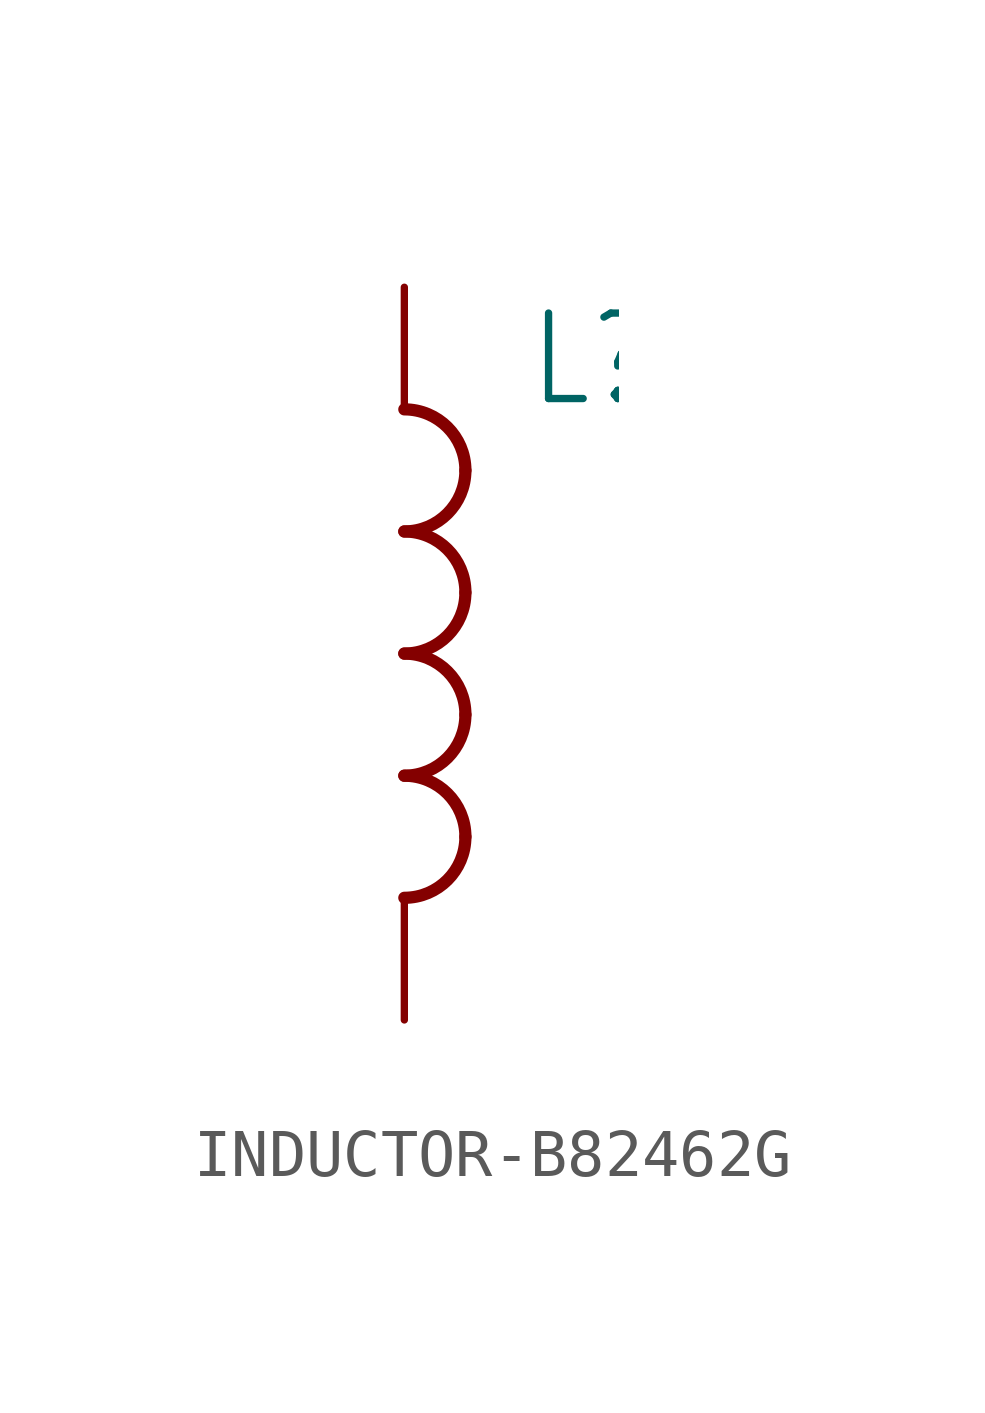
<source format=kicad_sym>
(kicad_symbol_lib
  (version 20241209)
  (generator "kicad_symbol_editor")
  (generator_version "9.0")
  (symbol "INDUCTOR-B82462G"
    (property "Reference" "L"
      (at 2.54 5.08 0)
      (effects (font (size 1.778 1.511)) (justify left bottom)))
    (property "Value" ""
      (at 2.54 -5.08 0)
      (effects (font (size 1.778 1.511)) (justify left bottom)))
    (property "ki_locked" ""
      (at 0 0 0)
      (effects (font (size 1.27 1.27))))
    (symbol "INDUCTOR-B82462G_1_0"
      (arc (start 0 5.08) (mid 0.898 4.708) (end 1.27 3.81) (stroke (width 0.254) (type solid)) (fill (type none)))
      (arc (start 1.27 3.81) (mid 0.898 2.912) (end 0 2.54) (stroke (width 0.254) (type solid)) (fill (type none)))
      (arc (start 1.27 1.27) (mid 0.898 0.372) (end 0 0) (stroke (width 0.254) (type solid)) (fill (type none)))
      (arc (start 0 2.54) (mid 0.8981 2.168) (end 1.2701 1.2699) (stroke (width 0.254) (type solid)) (fill (type none)))
      (arc (start 1.2701 -1.2699) (mid 0.8981 -2.168) (end 0 -2.54) (stroke (width 0.254) (type solid)) (fill (type none)))
      (arc (start 0 0) (mid 0.898 -0.372) (end 1.27 -1.27) (stroke (width 0.254) (type solid)) (fill (type none)))
      (arc (start 0 -2.54) (mid 0.898 -2.912) (end 1.27 -3.81) (stroke (width 0.254) (type solid)) (fill (type none)))
      (arc (start 1.27 -3.81) (mid 0.898 -4.708) (end 0 -5.08) (stroke (width 0.254) (type solid)) (fill (type none)))
      (pin passive line (at 0 7.62 270) (length 2.54) (name "1" (effects (font (size 0 0)))) (number "P$1" (effects (font (size 0 0)))))
      (pin passive line (at 0 -7.62 90) (length 2.54) (name "2" (effects (font (size 0 0)))) (number "P$2" (effects (font (size 0 0))))))))
</source>
